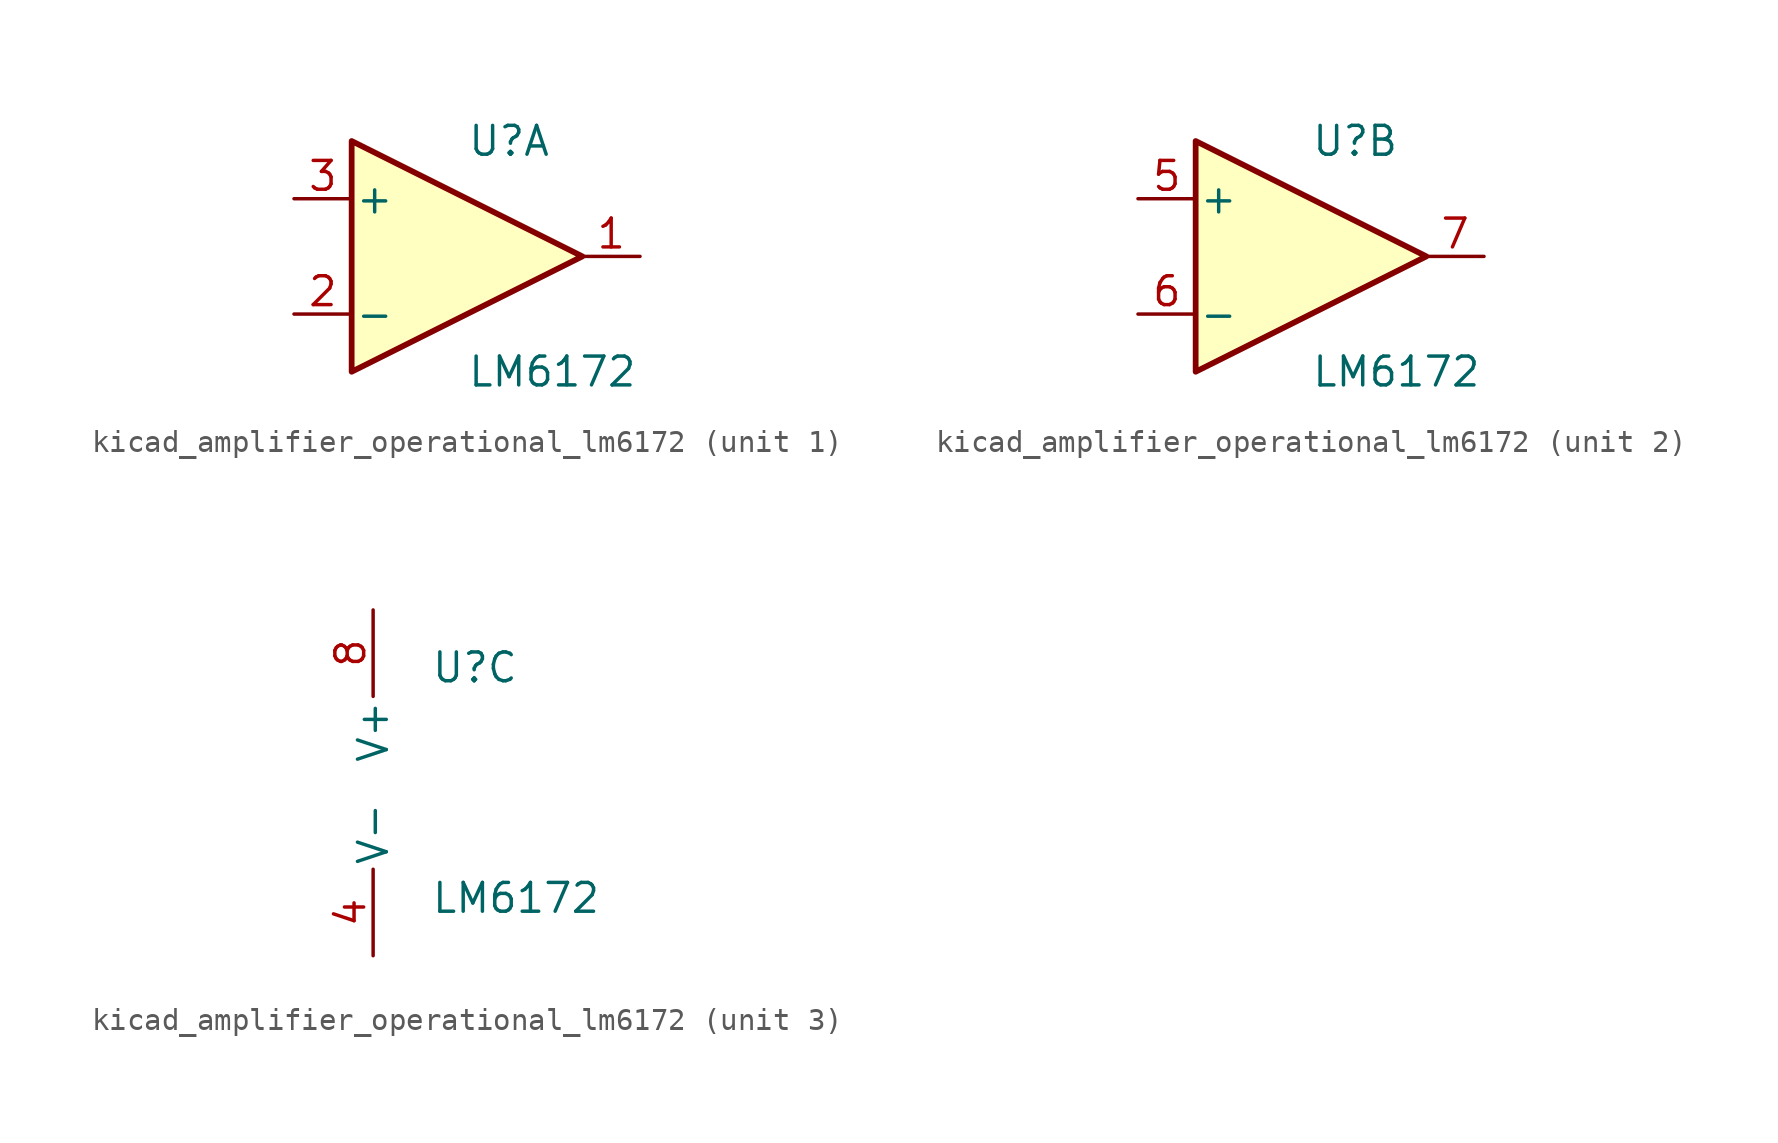
<source format=kicad_sym>
(kicad_symbol_lib
  (version 20220914)
  (generator kicad_symbol_editor)
  (symbol "kicad_amplifier_operational_lm6172"
    (pin_names
      (offset 0.127))
    (property "Reference" "U"
      (at 0 5.08 0)
      (effects (font (size 1.27 1.27)) (justify left)))
    (property "Value" "LM6172"
      (at 0 -5.08 0)
      (effects (font (size 1.27 1.27)) (justify left)))
    (property "ki_locked" ""
      (at 0 0 0)
      (effects (font (size 1.27 1.27))))
    (symbol "kicad_amplifier_operational_lm6172_1_1"
      (polyline (pts (xy -5.08 5.08) (xy 5.08 0) (xy -5.08 -5.08) (xy -5.08 5.08)) (stroke (width 0.254) (type default)) (fill (type background)))
      (pin output line (at 7.62 0 180) (length 2.54) (name "~" (effects (font (size 1.27 1.27)))) (number "1" (effects (font (size 1.27 1.27)))))
      (pin input line (at -7.62 -2.54 0) (length 2.54) (name "-" (effects (font (size 1.27 1.27)))) (number "2" (effects (font (size 1.27 1.27)))))
      (pin input line (at -7.62 2.54 0) (length 2.54) (name "+" (effects (font (size 1.27 1.27)))) (number "3" (effects (font (size 1.27 1.27))))))
    (symbol "kicad_amplifier_operational_lm6172_2_1"
      (polyline (pts (xy -5.08 5.08) (xy 5.08 0) (xy -5.08 -5.08) (xy -5.08 5.08)) (stroke (width 0.254) (type default)) (fill (type background)))
      (pin input line (at -7.62 2.54 0) (length 2.54) (name "+" (effects (font (size 1.27 1.27)))) (number "5" (effects (font (size 1.27 1.27)))))
      (pin input line (at -7.62 -2.54 0) (length 2.54) (name "-" (effects (font (size 1.27 1.27)))) (number "6" (effects (font (size 1.27 1.27)))))
      (pin output line (at 7.62 0 180) (length 2.54) (name "~" (effects (font (size 1.27 1.27)))) (number "7" (effects (font (size 1.27 1.27))))))
    (symbol "kicad_amplifier_operational_lm6172_3_1"
      (pin power_in line (at -2.54 -7.62 90) (length 3.81) (name "V-" (effects (font (size 1.27 1.27)))) (number "4" (effects (font (size 1.27 1.27)))))
      (pin power_in line (at -2.54 7.62 270) (length 3.81) (name "V+" (effects (font (size 1.27 1.27)))) (number "8" (effects (font (size 1.27 1.27))))))))
</source>
